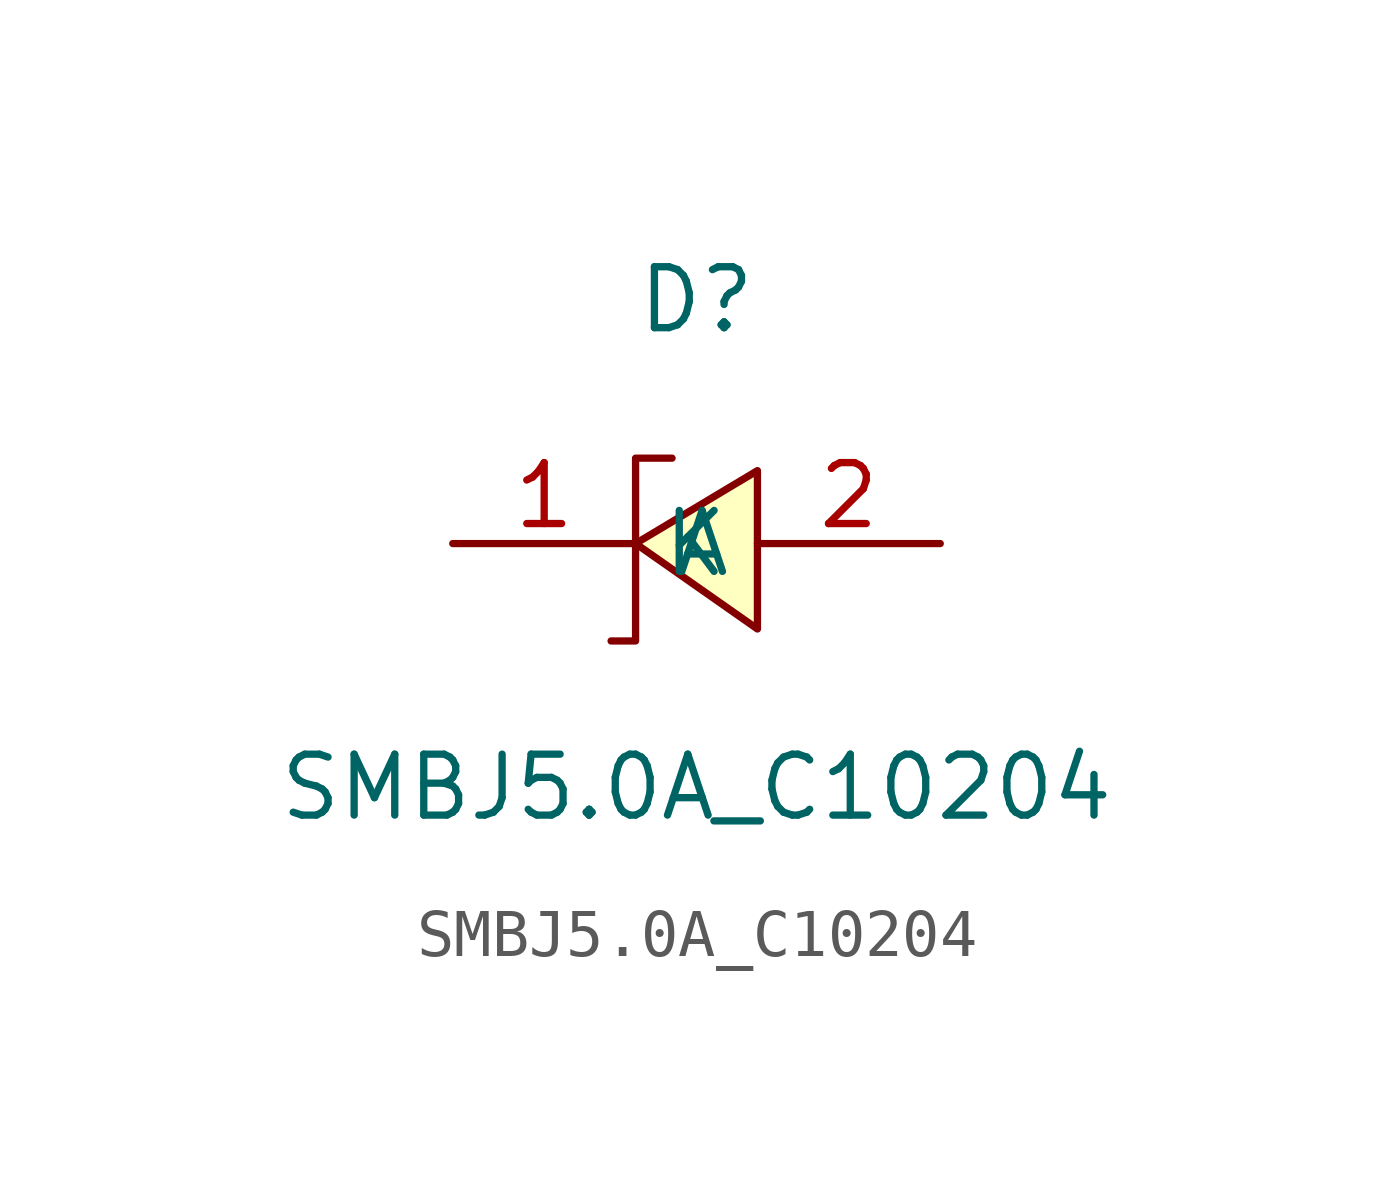
<source format=kicad_sym>
(kicad_symbol_lib
  (version 1)
  (generator "faebryk")
  (symbol "SMBJ5.0A_C10204"
    (property "Reference" "D"
      (at 0 5.08 0)
      (effects (font (size 1.27 1.27)) (hide no)))
    (property "Value" "SMBJ5.0A_C10204"
      (at 0 -5.08 0)
      (effects (font (size 1.27 1.27)) (hide no)))
    (symbol "SMBJ5.0A_C10204_0_1"
      (polyline (stroke (width 0) (type default) (color 0 0 0 0)) (fill (type background)) (pts (xy 1.27 1.52) (xy -1.27 0) (xy 1.27 -1.78) (xy 1.27 1.52)))
      (polyline (stroke (width 0) (type default) (color 0 0 0 0)) (fill (type none)) (pts (xy -1.78 -2.03) (xy -1.27 -2.03) (xy -1.27 1.78) (xy -0.51 1.78)))
      (pin unspecified line (at 5.08 0 180) (length 3.81) (name "A" (effects (font (size 1.27 1.27)) (hide no))) (number "2" (effects (font (size 1.27 1.27)) (hide no))))
      (pin unspecified line (at -5.08 0 0) (length 3.81) (name "K" (effects (font (size 1.27 1.27)) (hide no))) (number "1" (effects (font (size 1.27 1.27)) (hide no)))))))
</source>
